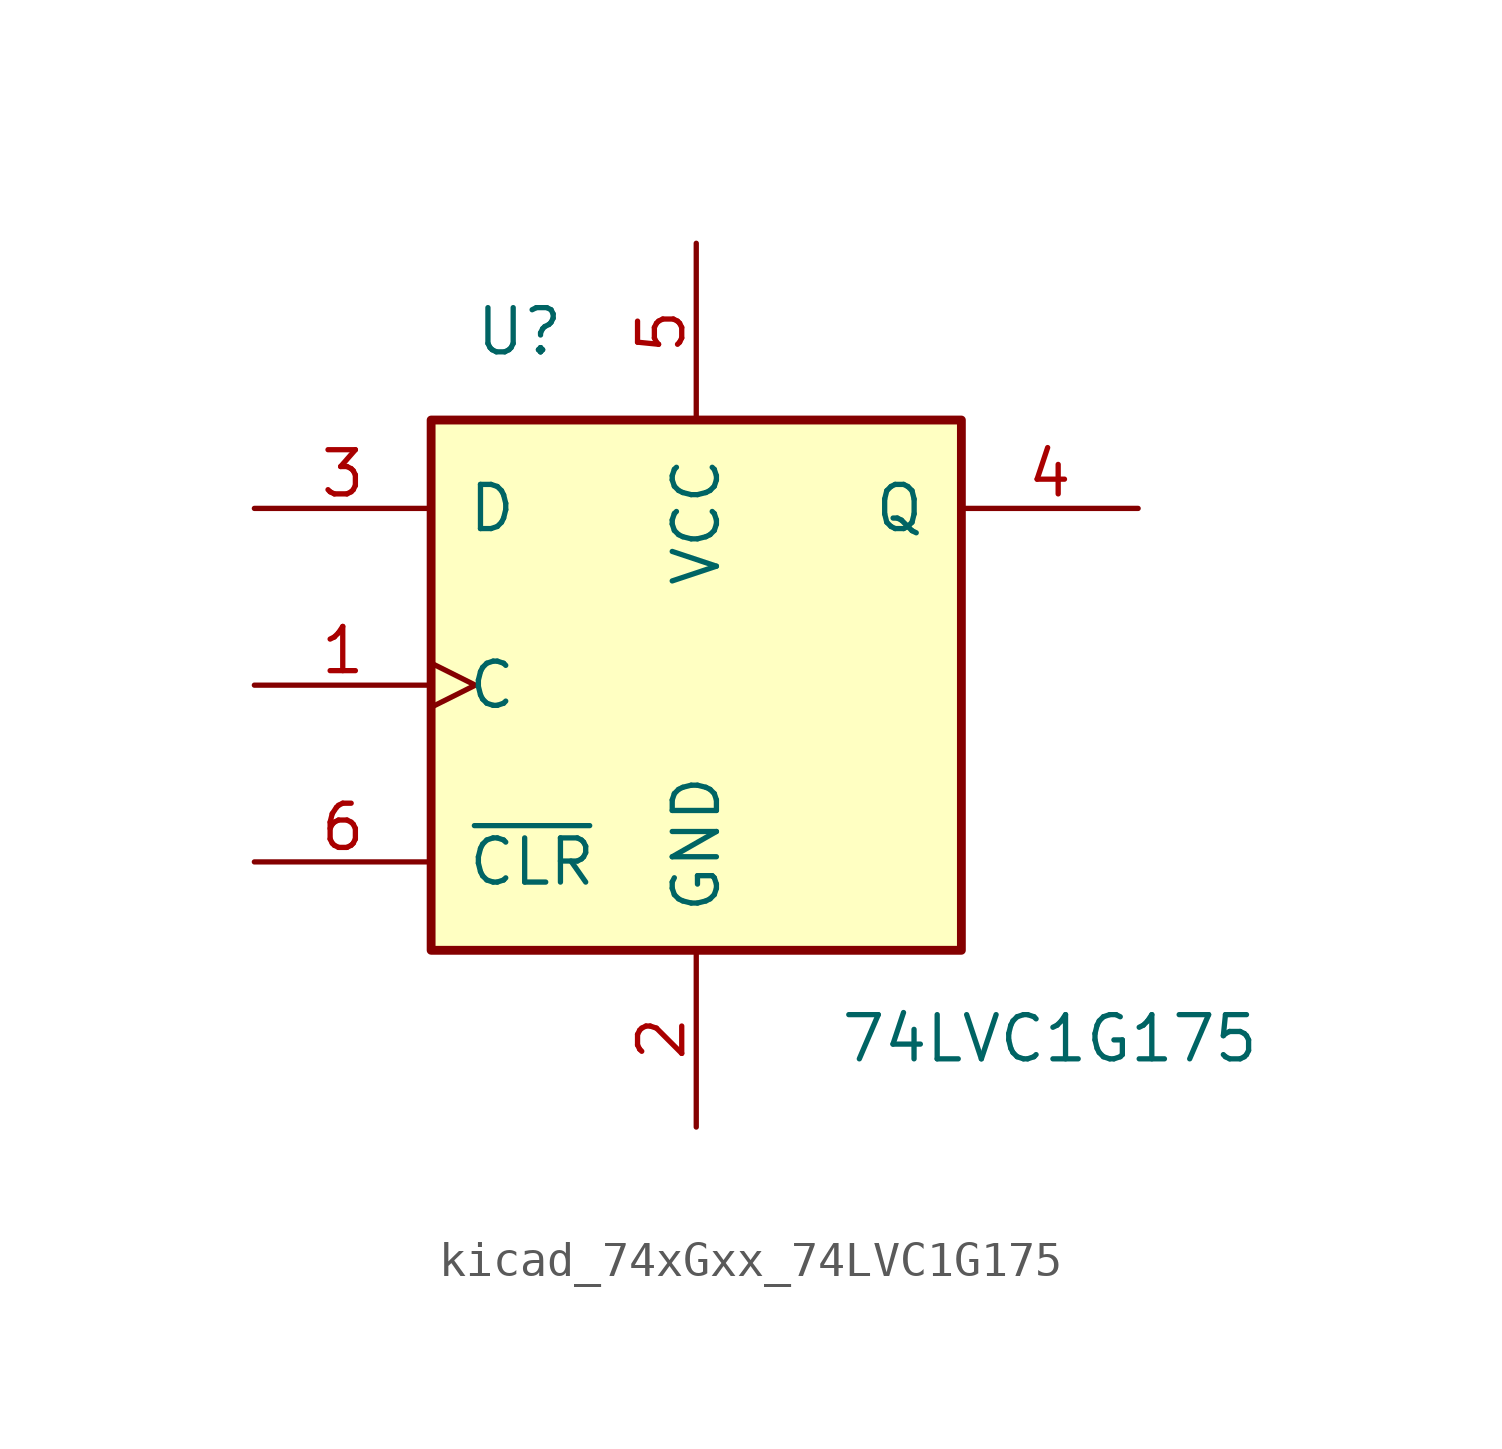
<source format=kicad_sym>
(kicad_symbol_lib
  (version 20220914)
  (generator kicad_symbol_editor)
  (symbol "kicad_74xGxx_74LVC1G175"
    (pin_names
      (offset 1.016))
    (property "Reference" "U"
      (at -5.08 10.16 0)
      (effects (font (size 1.27 1.27))))
    (property "Value" "74LVC1G175"
      (at 10.16 -10.16 0)
      (effects (font (size 1.27 1.27))))
    (symbol "kicad_74xGxx_74LVC1G175_0_1"
      (rectangle (start -7.62 7.62) (end 7.62 -7.62) (stroke (width 0.254) (type default)) (fill (type background))))
    (symbol "kicad_74xGxx_74LVC1G175_1_1"
      (pin input clock (at -12.7 0 0) (length 5.08) (name "C" (effects (font (size 1.27 1.27)))) (number "1" (effects (font (size 1.27 1.27)))))
      (pin power_in line (at 0 -12.7 90) (length 5.08) (name "GND" (effects (font (size 1.27 1.27)))) (number "2" (effects (font (size 1.27 1.27)))))
      (pin input line (at -12.7 5.08 0) (length 5.08) (name "D" (effects (font (size 1.27 1.27)))) (number "3" (effects (font (size 1.27 1.27)))))
      (pin output line (at 12.7 5.08 180) (length 5.08) (name "Q" (effects (font (size 1.27 1.27)))) (number "4" (effects (font (size 1.27 1.27)))))
      (pin power_in line (at 0 12.7 270) (length 5.08) (name "VCC" (effects (font (size 1.27 1.27)))) (number "5" (effects (font (size 1.27 1.27)))))
      (pin input line (at -12.7 -5.08 0) (length 5.08) (name "~{CLR}" (effects (font (size 1.27 1.27)))) (number "6" (effects (font (size 1.27 1.27))))))))
</source>
